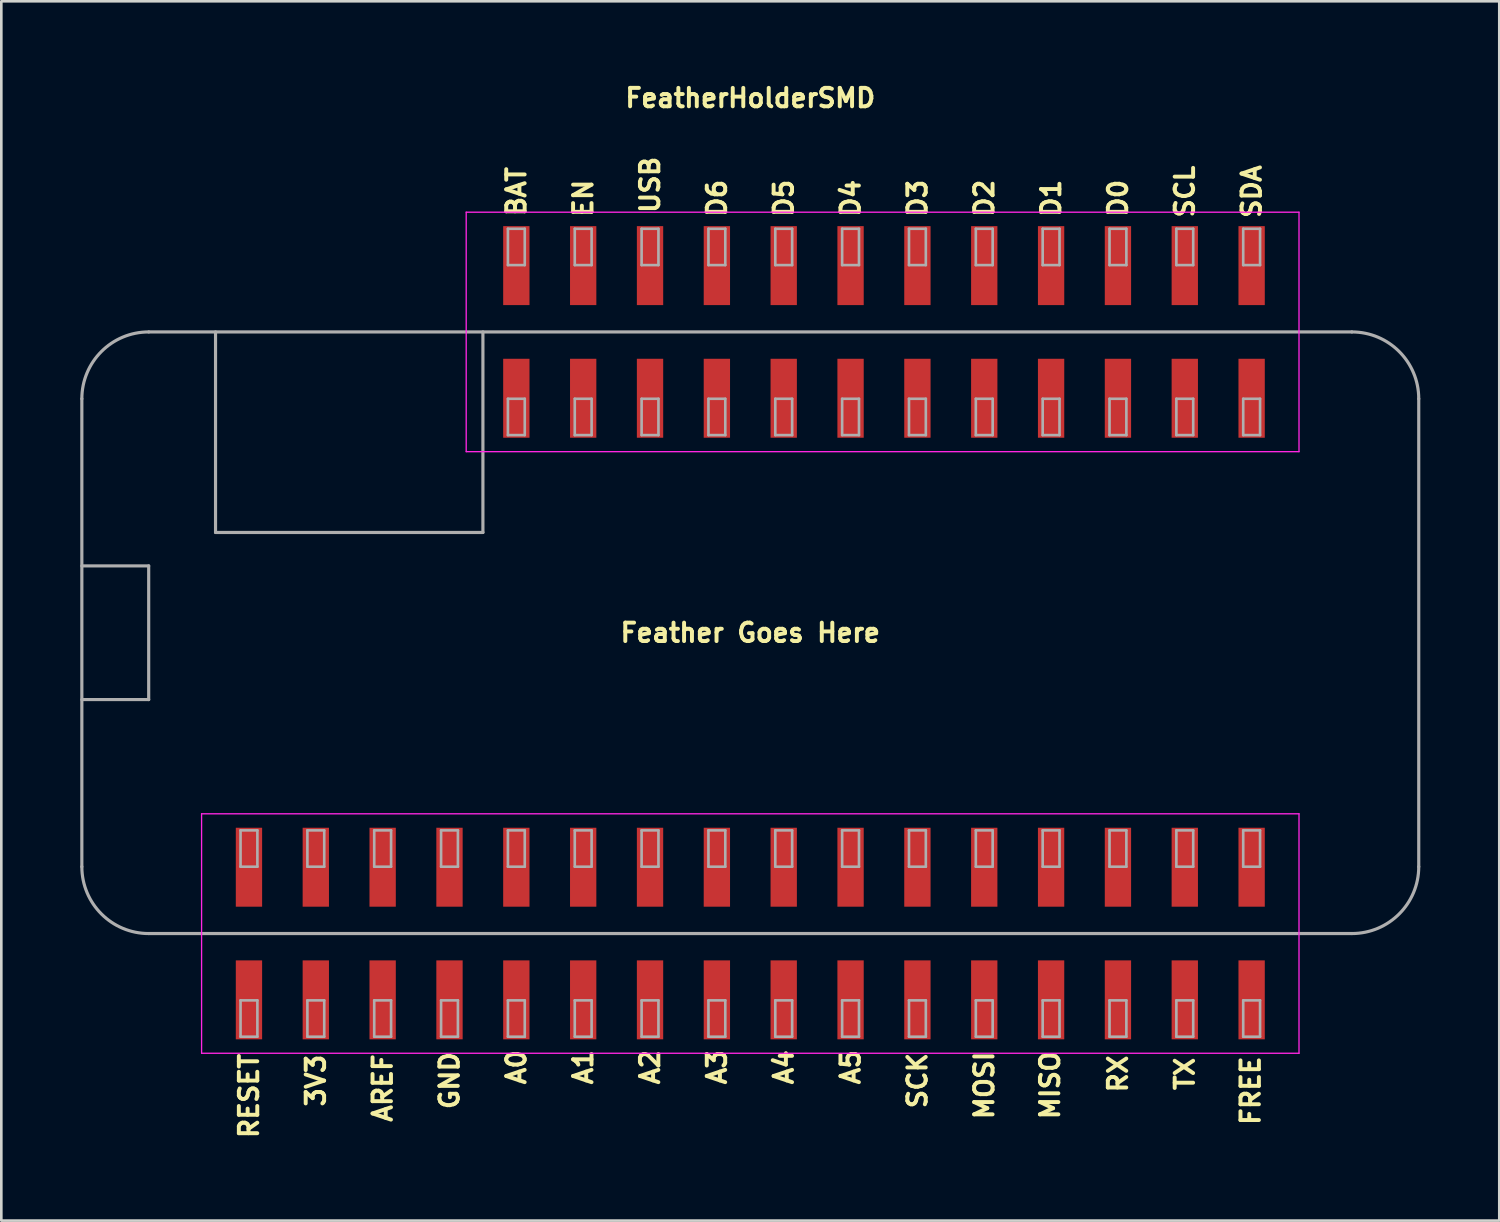
<source format=kicad_pcb>
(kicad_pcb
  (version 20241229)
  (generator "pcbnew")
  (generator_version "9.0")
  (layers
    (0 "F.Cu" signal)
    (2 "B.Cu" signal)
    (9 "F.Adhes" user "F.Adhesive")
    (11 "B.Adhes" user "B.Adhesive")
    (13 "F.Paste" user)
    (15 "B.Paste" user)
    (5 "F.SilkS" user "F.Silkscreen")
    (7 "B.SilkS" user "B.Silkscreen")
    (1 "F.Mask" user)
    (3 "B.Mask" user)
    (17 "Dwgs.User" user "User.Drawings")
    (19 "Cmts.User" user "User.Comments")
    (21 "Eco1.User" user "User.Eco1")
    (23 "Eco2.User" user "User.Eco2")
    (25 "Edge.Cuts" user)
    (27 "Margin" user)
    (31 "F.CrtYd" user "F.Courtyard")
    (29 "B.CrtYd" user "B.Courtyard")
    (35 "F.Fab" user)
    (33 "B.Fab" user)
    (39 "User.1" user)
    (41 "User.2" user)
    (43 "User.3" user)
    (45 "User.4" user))
  (footprint "FeatherHolderSMD"
    (layer "F.Cu")
    (at 25.46 20.993)
    (property "Reference" "FeatherHolderSMD" (at 0 -20.32 0) (layer "F.SilkS") (effects (font (size 0.7 0.7) (thickness 0.15))))
    (attr smd)
    (fp_line (start -20.85 6.88) (end -20.85 15.98) (stroke (width 0.05) (type solid)) (layer "F.CrtYd"))
    (fp_line (start -20.85 15.98) (end 20.85 15.98) (stroke (width 0.05) (type solid)) (layer "F.CrtYd"))
    (fp_line (start -10.795 -15.98) (end -10.795 -6.88) (stroke (width 0.05) (type solid)) (layer "F.CrtYd"))
    (fp_line (start -10.795 -6.88) (end 20.85 -6.88) (stroke (width 0.05) (type solid)) (layer "F.CrtYd"))
    (fp_line (start 20.85 -15.98) (end -10.795 -15.98) (stroke (width 0.05) (type solid)) (layer "F.CrtYd"))
    (fp_line (start 20.85 -6.88) (end 20.85 -15.98) (stroke (width 0.05) (type solid)) (layer "F.CrtYd"))
    (fp_line (start 20.85 6.88) (end -20.85 6.88) (stroke (width 0.05) (type solid)) (layer "F.CrtYd"))
    (fp_line (start 20.85 15.98) (end 20.85 6.88) (stroke (width 0.05) (type solid)) (layer "F.CrtYd"))
    (fp_line (start -25.4 -2.54) (end -22.86 -2.54) (stroke (width 0.12) (type solid)) (layer "F.Fab"))
    (fp_line (start -25.4 8.89) (end -25.4 -8.89) (stroke (width 0.12) (type solid)) (layer "F.Fab"))
    (fp_line (start -22.86 -11.43) (end 22.86 -11.43) (stroke (width 0.12) (type solid)) (layer "F.Fab"))
    (fp_line (start -22.86 -2.54) (end -22.86 2.54) (stroke (width 0.12) (type solid)) (layer "F.Fab"))
    (fp_line (start -22.86 2.54) (end -25.4 2.54) (stroke (width 0.12) (type solid)) (layer "F.Fab"))
    (fp_line (start -20.32 -11.43) (end -20.32 -3.81) (stroke (width 0.12) (type solid)) (layer "F.Fab"))
    (fp_line (start -20.32 -3.81) (end -10.16 -3.81) (stroke (width 0.12) (type solid)) (layer "F.Fab"))
    (fp_line (start -19.37 7.51) (end -18.73 7.51) (stroke (width 0.1) (type solid)) (layer "F.Fab"))
    (fp_line (start -19.37 8.89) (end -19.37 7.51) (stroke (width 0.1) (type solid)) (layer "F.Fab"))
    (fp_line (start -19.37 13.97) (end -19.37 15.35) (stroke (width 0.1) (type solid)) (layer "F.Fab"))
    (fp_line (start -19.37 15.35) (end -18.73 15.35) (stroke (width 0.1) (type solid)) (layer "F.Fab"))
    (fp_line (start -18.73 7.51) (end -18.73 8.89) (stroke (width 0.1) (type solid)) (layer "F.Fab"))
    (fp_line (start -18.73 8.89) (end -19.37 8.89) (stroke (width 0.1) (type solid)) (layer "F.Fab"))
    (fp_line (start -18.73 13.97) (end -19.37 13.97) (stroke (width 0.1) (type solid)) (layer "F.Fab"))
    (fp_line (start -18.73 15.35) (end -18.73 13.97) (stroke (width 0.1) (type solid)) (layer "F.Fab"))
    (fp_line (start -16.83 7.51) (end -16.19 7.51) (stroke (width 0.1) (type solid)) (layer "F.Fab"))
    (fp_line (start -16.83 8.89) (end -16.83 7.51) (stroke (width 0.1) (type solid)) (layer "F.Fab"))
    (fp_line (start -16.83 13.97) (end -16.83 15.35) (stroke (width 0.1) (type solid)) (layer "F.Fab"))
    (fp_line (start -16.83 15.35) (end -16.19 15.35) (stroke (width 0.1) (type solid)) (layer "F.Fab"))
    (fp_line (start -16.19 7.51) (end -16.19 8.89) (stroke (width 0.1) (type solid)) (layer "F.Fab"))
    (fp_line (start -16.19 8.89) (end -16.83 8.89) (stroke (width 0.1) (type solid)) (layer "F.Fab"))
    (fp_line (start -16.19 13.97) (end -16.83 13.97) (stroke (width 0.1) (type solid)) (layer "F.Fab"))
    (fp_line (start -16.19 15.35) (end -16.19 13.97) (stroke (width 0.1) (type solid)) (layer "F.Fab"))
    (fp_line (start -14.29 7.51) (end -13.65 7.51) (stroke (width 0.1) (type solid)) (layer "F.Fab"))
    (fp_line (start -14.29 8.89) (end -14.29 7.51) (stroke (width 0.1) (type solid)) (layer "F.Fab"))
    (fp_line (start -14.29 13.97) (end -14.29 15.35) (stroke (width 0.1) (type solid)) (layer "F.Fab"))
    (fp_line (start -14.29 15.35) (end -13.65 15.35) (stroke (width 0.1) (type solid)) (layer "F.Fab"))
    (fp_line (start -13.65 7.51) (end -13.65 8.89) (stroke (width 0.1) (type solid)) (layer "F.Fab"))
    (fp_line (start -13.65 8.89) (end -14.29 8.89) (stroke (width 0.1) (type solid)) (layer "F.Fab"))
    (fp_line (start -13.65 13.97) (end -14.29 13.97) (stroke (width 0.1) (type solid)) (layer "F.Fab"))
    (fp_line (start -13.65 15.35) (end -13.65 13.97) (stroke (width 0.1) (type solid)) (layer "F.Fab"))
    (fp_line (start -11.75 7.51) (end -11.11 7.51) (stroke (width 0.1) (type solid)) (layer "F.Fab"))
    (fp_line (start -11.75 8.89) (end -11.75 7.51) (stroke (width 0.1) (type solid)) (layer "F.Fab"))
    (fp_line (start -11.75 13.97) (end -11.75 15.35) (stroke (width 0.1) (type solid)) (layer "F.Fab"))
    (fp_line (start -11.75 15.35) (end -11.11 15.35) (stroke (width 0.1) (type solid)) (layer "F.Fab"))
    (fp_line (start -11.11 7.51) (end -11.11 8.89) (stroke (width 0.1) (type solid)) (layer "F.Fab"))
    (fp_line (start -11.11 8.89) (end -11.75 8.89) (stroke (width 0.1) (type solid)) (layer "F.Fab"))
    (fp_line (start -11.11 13.97) (end -11.75 13.97) (stroke (width 0.1) (type solid)) (layer "F.Fab"))
    (fp_line (start -11.11 15.35) (end -11.11 13.97) (stroke (width 0.1) (type solid)) (layer "F.Fab"))
    (fp_line (start -10.16 -3.81) (end -10.16 -11.43) (stroke (width 0.12) (type solid)) (layer "F.Fab"))
    (fp_line (start -9.21 -15.35) (end -8.57 -15.35) (stroke (width 0.1) (type solid)) (layer "F.Fab"))
    (fp_line (start -9.21 -13.97) (end -9.21 -15.35) (stroke (width 0.1) (type solid)) (layer "F.Fab"))
    (fp_line (start -9.21 -8.89) (end -9.21 -7.51) (stroke (width 0.1) (type solid)) (layer "F.Fab"))
    (fp_line (start -9.21 -7.51) (end -8.57 -7.51) (stroke (width 0.1) (type solid)) (layer "F.Fab"))
    (fp_line (start -9.21 7.51) (end -8.57 7.51) (stroke (width 0.1) (type solid)) (layer "F.Fab"))
    (fp_line (start -9.21 8.89) (end -9.21 7.51) (stroke (width 0.1) (type solid)) (layer "F.Fab"))
    (fp_line (start -9.21 13.97) (end -9.21 15.35) (stroke (width 0.1) (type solid)) (layer "F.Fab"))
    (fp_line (start -9.21 15.35) (end -8.57 15.35) (stroke (width 0.1) (type solid)) (layer "F.Fab"))
    (fp_line (start -8.57 -15.35) (end -8.57 -13.97) (stroke (width 0.1) (type solid)) (layer "F.Fab"))
    (fp_line (start -8.57 -13.97) (end -9.21 -13.97) (stroke (width 0.1) (type solid)) (layer "F.Fab"))
    (fp_line (start -8.57 -8.89) (end -9.21 -8.89) (stroke (width 0.1) (type solid)) (layer "F.Fab"))
    (fp_line (start -8.57 -7.51) (end -8.57 -8.89) (stroke (width 0.1) (type solid)) (layer "F.Fab"))
    (fp_line (start -8.57 7.51) (end -8.57 8.89) (stroke (width 0.1) (type solid)) (layer "F.Fab"))
    (fp_line (start -8.57 8.89) (end -9.21 8.89) (stroke (width 0.1) (type solid)) (layer "F.Fab"))
    (fp_line (start -8.57 13.97) (end -9.21 13.97) (stroke (width 0.1) (type solid)) (layer "F.Fab"))
    (fp_line (start -8.57 15.35) (end -8.57 13.97) (stroke (width 0.1) (type solid)) (layer "F.Fab"))
    (fp_line (start -6.67 -15.35) (end -6.03 -15.35) (stroke (width 0.1) (type solid)) (layer "F.Fab"))
    (fp_line (start -6.67 -13.97) (end -6.67 -15.35) (stroke (width 0.1) (type solid)) (layer "F.Fab"))
    (fp_line (start -6.67 -8.89) (end -6.67 -7.51) (stroke (width 0.1) (type solid)) (layer "F.Fab"))
    (fp_line (start -6.67 -7.51) (end -6.03 -7.51) (stroke (width 0.1) (type solid)) (layer "F.Fab"))
    (fp_line (start -6.67 7.51) (end -6.03 7.51) (stroke (width 0.1) (type solid)) (layer "F.Fab"))
    (fp_line (start -6.67 8.89) (end -6.67 7.51) (stroke (width 0.1) (type solid)) (layer "F.Fab"))
    (fp_line (start -6.67 13.97) (end -6.67 15.35) (stroke (width 0.1) (type solid)) (layer "F.Fab"))
    (fp_line (start -6.67 15.35) (end -6.03 15.35) (stroke (width 0.1) (type solid)) (layer "F.Fab"))
    (fp_line (start -6.03 -15.35) (end -6.03 -13.97) (stroke (width 0.1) (type solid)) (layer "F.Fab"))
    (fp_line (start -6.03 -13.97) (end -6.67 -13.97) (stroke (width 0.1) (type solid)) (layer "F.Fab"))
    (fp_line (start -6.03 -8.89) (end -6.67 -8.89) (stroke (width 0.1) (type solid)) (layer "F.Fab"))
    (fp_line (start -6.03 -7.51) (end -6.03 -8.89) (stroke (width 0.1) (type solid)) (layer "F.Fab"))
    (fp_line (start -6.03 7.51) (end -6.03 8.89) (stroke (width 0.1) (type solid)) (layer "F.Fab"))
    (fp_line (start -6.03 8.89) (end -6.67 8.89) (stroke (width 0.1) (type solid)) (layer "F.Fab"))
    (fp_line (start -6.03 13.97) (end -6.67 13.97) (stroke (width 0.1) (type solid)) (layer "F.Fab"))
    (fp_line (start -6.03 15.35) (end -6.03 13.97) (stroke (width 0.1) (type solid)) (layer "F.Fab"))
    (fp_line (start -4.13 -15.35) (end -3.49 -15.35) (stroke (width 0.1) (type solid)) (layer "F.Fab"))
    (fp_line (start -4.13 -13.97) (end -4.13 -15.35) (stroke (width 0.1) (type solid)) (layer "F.Fab"))
    (fp_line (start -4.13 -8.89) (end -4.13 -7.51) (stroke (width 0.1) (type solid)) (layer "F.Fab"))
    (fp_line (start -4.13 -7.51) (end -3.49 -7.51) (stroke (width 0.1) (type solid)) (layer "F.Fab"))
    (fp_line (start -4.13 7.51) (end -3.49 7.51) (stroke (width 0.1) (type solid)) (layer "F.Fab"))
    (fp_line (start -4.13 8.89) (end -4.13 7.51) (stroke (width 0.1) (type solid)) (layer "F.Fab"))
    (fp_line (start -4.13 13.97) (end -4.13 15.35) (stroke (width 0.1) (type solid)) (layer "F.Fab"))
    (fp_line (start -4.13 15.35) (end -3.49 15.35) (stroke (width 0.1) (type solid)) (layer "F.Fab"))
    (fp_line (start -3.49 -15.35) (end -3.49 -13.97) (stroke (width 0.1) (type solid)) (layer "F.Fab"))
    (fp_line (start -3.49 -13.97) (end -4.13 -13.97) (stroke (width 0.1) (type solid)) (layer "F.Fab"))
    (fp_line (start -3.49 -8.89) (end -4.13 -8.89) (stroke (width 0.1) (type solid)) (layer "F.Fab"))
    (fp_line (start -3.49 -7.51) (end -3.49 -8.89) (stroke (width 0.1) (type solid)) (layer "F.Fab"))
    (fp_line (start -3.49 7.51) (end -3.49 8.89) (stroke (width 0.1) (type solid)) (layer "F.Fab"))
    (fp_line (start -3.49 8.89) (end -4.13 8.89) (stroke (width 0.1) (type solid)) (layer "F.Fab"))
    (fp_line (start -3.49 13.97) (end -4.13 13.97) (stroke (width 0.1) (type solid)) (layer "F.Fab"))
    (fp_line (start -3.49 15.35) (end -3.49 13.97) (stroke (width 0.1) (type solid)) (layer "F.Fab"))
    (fp_line (start -1.59 -15.35) (end -0.95 -15.35) (stroke (width 0.1) (type solid)) (layer "F.Fab"))
    (fp_line (start -1.59 -13.97) (end -1.59 -15.35) (stroke (width 0.1) (type solid)) (layer "F.Fab"))
    (fp_line (start -1.59 -8.89) (end -1.59 -7.51) (stroke (width 0.1) (type solid)) (layer "F.Fab"))
    (fp_line (start -1.59 -7.51) (end -0.95 -7.51) (stroke (width 0.1) (type solid)) (layer "F.Fab"))
    (fp_line (start -1.59 7.51) (end -0.95 7.51) (stroke (width 0.1) (type solid)) (layer "F.Fab"))
    (fp_line (start -1.59 8.89) (end -1.59 7.51) (stroke (width 0.1) (type solid)) (layer "F.Fab"))
    (fp_line (start -1.59 13.97) (end -1.59 15.35) (stroke (width 0.1) (type solid)) (layer "F.Fab"))
    (fp_line (start -1.59 15.35) (end -0.95 15.35) (stroke (width 0.1) (type solid)) (layer "F.Fab"))
    (fp_line (start -0.95 -15.35) (end -0.95 -13.97) (stroke (width 0.1) (type solid)) (layer "F.Fab"))
    (fp_line (start -0.95 -13.97) (end -1.59 -13.97) (stroke (width 0.1) (type solid)) (layer "F.Fab"))
    (fp_line (start -0.95 -8.89) (end -1.59 -8.89) (stroke (width 0.1) (type solid)) (layer "F.Fab"))
    (fp_line (start -0.95 -7.51) (end -0.95 -8.89) (stroke (width 0.1) (type solid)) (layer "F.Fab"))
    (fp_line (start -0.95 7.51) (end -0.95 8.89) (stroke (width 0.1) (type solid)) (layer "F.Fab"))
    (fp_line (start -0.95 8.89) (end -1.59 8.89) (stroke (width 0.1) (type solid)) (layer "F.Fab"))
    (fp_line (start -0.95 13.97) (end -1.59 13.97) (stroke (width 0.1) (type solid)) (layer "F.Fab"))
    (fp_line (start -0.95 15.35) (end -0.95 13.97) (stroke (width 0.1) (type solid)) (layer "F.Fab"))
    (fp_line (start 0.95 -15.35) (end 1.59 -15.35) (stroke (width 0.1) (type solid)) (layer "F.Fab"))
    (fp_line (start 0.95 -13.97) (end 0.95 -15.35) (stroke (width 0.1) (type solid)) (layer "F.Fab"))
    (fp_line (start 0.95 -8.89) (end 0.95 -7.51) (stroke (width 0.1) (type solid)) (layer "F.Fab"))
    (fp_line (start 0.95 -7.51) (end 1.59 -7.51) (stroke (width 0.1) (type solid)) (layer "F.Fab"))
    (fp_line (start 0.95 7.51) (end 1.59 7.51) (stroke (width 0.1) (type solid)) (layer "F.Fab"))
    (fp_line (start 0.95 8.89) (end 0.95 7.51) (stroke (width 0.1) (type solid)) (layer "F.Fab"))
    (fp_line (start 0.95 13.97) (end 0.95 15.35) (stroke (width 0.1) (type solid)) (layer "F.Fab"))
    (fp_line (start 0.95 15.35) (end 1.59 15.35) (stroke (width 0.1) (type solid)) (layer "F.Fab"))
    (fp_line (start 1.59 -15.35) (end 1.59 -13.97) (stroke (width 0.1) (type solid)) (layer "F.Fab"))
    (fp_line (start 1.59 -13.97) (end 0.95 -13.97) (stroke (width 0.1) (type solid)) (layer "F.Fab"))
    (fp_line (start 1.59 -8.89) (end 0.95 -8.89) (stroke (width 0.1) (type solid)) (layer "F.Fab"))
    (fp_line (start 1.59 -7.51) (end 1.59 -8.89) (stroke (width 0.1) (type solid)) (layer "F.Fab"))
    (fp_line (start 1.59 7.51) (end 1.59 8.89) (stroke (width 0.1) (type solid)) (layer "F.Fab"))
    (fp_line (start 1.59 8.89) (end 0.95 8.89) (stroke (width 0.1) (type solid)) (layer "F.Fab"))
    (fp_line (start 1.59 13.97) (end 0.95 13.97) (stroke (width 0.1) (type solid)) (layer "F.Fab"))
    (fp_line (start 1.59 15.35) (end 1.59 13.97) (stroke (width 0.1) (type solid)) (layer "F.Fab"))
    (fp_line (start 3.49 -15.35) (end 4.13 -15.35) (stroke (width 0.1) (type solid)) (layer "F.Fab"))
    (fp_line (start 3.49 -13.97) (end 3.49 -15.35) (stroke (width 0.1) (type solid)) (layer "F.Fab"))
    (fp_line (start 3.49 -8.89) (end 3.49 -7.51) (stroke (width 0.1) (type solid)) (layer "F.Fab"))
    (fp_line (start 3.49 -7.51) (end 4.13 -7.51) (stroke (width 0.1) (type solid)) (layer "F.Fab"))
    (fp_line (start 3.49 7.51) (end 4.13 7.51) (stroke (width 0.1) (type solid)) (layer "F.Fab"))
    (fp_line (start 3.49 8.89) (end 3.49 7.51) (stroke (width 0.1) (type solid)) (layer "F.Fab"))
    (fp_line (start 3.49 13.97) (end 3.49 15.35) (stroke (width 0.1) (type solid)) (layer "F.Fab"))
    (fp_line (start 3.49 15.35) (end 4.13 15.35) (stroke (width 0.1) (type solid)) (layer "F.Fab"))
    (fp_line (start 4.13 -15.35) (end 4.13 -13.97) (stroke (width 0.1) (type solid)) (layer "F.Fab"))
    (fp_line (start 4.13 -13.97) (end 3.49 -13.97) (stroke (width 0.1) (type solid)) (layer "F.Fab"))
    (fp_line (start 4.13 -8.89) (end 3.49 -8.89) (stroke (width 0.1) (type solid)) (layer "F.Fab"))
    (fp_line (start 4.13 -7.51) (end 4.13 -8.89) (stroke (width 0.1) (type solid)) (layer "F.Fab"))
    (fp_line (start 4.13 7.51) (end 4.13 8.89) (stroke (width 0.1) (type solid)) (layer "F.Fab"))
    (fp_line (start 4.13 8.89) (end 3.49 8.89) (stroke (width 0.1) (type solid)) (layer "F.Fab"))
    (fp_line (start 4.13 13.97) (end 3.49 13.97) (stroke (width 0.1) (type solid)) (layer "F.Fab"))
    (fp_line (start 4.13 15.35) (end 4.13 13.97) (stroke (width 0.1) (type solid)) (layer "F.Fab"))
    (fp_line (start 6.03 -15.35) (end 6.67 -15.35) (stroke (width 0.1) (type solid)) (layer "F.Fab"))
    (fp_line (start 6.03 -13.97) (end 6.03 -15.35) (stroke (width 0.1) (type solid)) (layer "F.Fab"))
    (fp_line (start 6.03 -8.89) (end 6.03 -7.51) (stroke (width 0.1) (type solid)) (layer "F.Fab"))
    (fp_line (start 6.03 -7.51) (end 6.67 -7.51) (stroke (width 0.1) (type solid)) (layer "F.Fab"))
    (fp_line (start 6.03 7.51) (end 6.67 7.51) (stroke (width 0.1) (type solid)) (layer "F.Fab"))
    (fp_line (start 6.03 8.89) (end 6.03 7.51) (stroke (width 0.1) (type solid)) (layer "F.Fab"))
    (fp_line (start 6.03 13.97) (end 6.03 15.35) (stroke (width 0.1) (type solid)) (layer "F.Fab"))
    (fp_line (start 6.03 15.35) (end 6.67 15.35) (stroke (width 0.1) (type solid)) (layer "F.Fab"))
    (fp_line (start 6.67 -15.35) (end 6.67 -13.97) (stroke (width 0.1) (type solid)) (layer "F.Fab"))
    (fp_line (start 6.67 -13.97) (end 6.03 -13.97) (stroke (width 0.1) (type solid)) (layer "F.Fab"))
    (fp_line (start 6.67 -8.89) (end 6.03 -8.89) (stroke (width 0.1) (type solid)) (layer "F.Fab"))
    (fp_line (start 6.67 -7.51) (end 6.67 -8.89) (stroke (width 0.1) (type solid)) (layer "F.Fab"))
    (fp_line (start 6.67 7.51) (end 6.67 8.89) (stroke (width 0.1) (type solid)) (layer "F.Fab"))
    (fp_line (start 6.67 8.89) (end 6.03 8.89) (stroke (width 0.1) (type solid)) (layer "F.Fab"))
    (fp_line (start 6.67 13.97) (end 6.03 13.97) (stroke (width 0.1) (type solid)) (layer "F.Fab"))
    (fp_line (start 6.67 15.35) (end 6.67 13.97) (stroke (width 0.1) (type solid)) (layer "F.Fab"))
    (fp_line (start 8.57 -15.35) (end 9.21 -15.35) (stroke (width 0.1) (type solid)) (layer "F.Fab"))
    (fp_line (start 8.57 -13.97) (end 8.57 -15.35) (stroke (width 0.1) (type solid)) (layer "F.Fab"))
    (fp_line (start 8.57 -8.89) (end 8.57 -7.51) (stroke (width 0.1) (type solid)) (layer "F.Fab"))
    (fp_line (start 8.57 -7.51) (end 9.21 -7.51) (stroke (width 0.1) (type solid)) (layer "F.Fab"))
    (fp_line (start 8.57 7.51) (end 9.21 7.51) (stroke (width 0.1) (type solid)) (layer "F.Fab"))
    (fp_line (start 8.57 8.89) (end 8.57 7.51) (stroke (width 0.1) (type solid)) (layer "F.Fab"))
    (fp_line (start 8.57 13.97) (end 8.57 15.35) (stroke (width 0.1) (type solid)) (layer "F.Fab"))
    (fp_line (start 8.57 15.35) (end 9.21 15.35) (stroke (width 0.1) (type solid)) (layer "F.Fab"))
    (fp_line (start 9.21 -15.35) (end 9.21 -13.97) (stroke (width 0.1) (type solid)) (layer "F.Fab"))
    (fp_line (start 9.21 -13.97) (end 8.57 -13.97) (stroke (width 0.1) (type solid)) (layer "F.Fab"))
    (fp_line (start 9.21 -8.89) (end 8.57 -8.89) (stroke (width 0.1) (type solid)) (layer "F.Fab"))
    (fp_line (start 9.21 -7.51) (end 9.21 -8.89) (stroke (width 0.1) (type solid)) (layer "F.Fab"))
    (fp_line (start 9.21 7.51) (end 9.21 8.89) (stroke (width 0.1) (type solid)) (layer "F.Fab"))
    (fp_line (start 9.21 8.89) (end 8.57 8.89) (stroke (width 0.1) (type solid)) (layer "F.Fab"))
    (fp_line (start 9.21 13.97) (end 8.57 13.97) (stroke (width 0.1) (type solid)) (layer "F.Fab"))
    (fp_line (start 9.21 15.35) (end 9.21 13.97) (stroke (width 0.1) (type solid)) (layer "F.Fab"))
    (fp_line (start 11.11 -15.35) (end 11.75 -15.35) (stroke (width 0.1) (type solid)) (layer "F.Fab"))
    (fp_line (start 11.11 -13.97) (end 11.11 -15.35) (stroke (width 0.1) (type solid)) (layer "F.Fab"))
    (fp_line (start 11.11 -8.89) (end 11.11 -7.51) (stroke (width 0.1) (type solid)) (layer "F.Fab"))
    (fp_line (start 11.11 -7.51) (end 11.75 -7.51) (stroke (width 0.1) (type solid)) (layer "F.Fab"))
    (fp_line (start 11.11 7.51) (end 11.75 7.51) (stroke (width 0.1) (type solid)) (layer "F.Fab"))
    (fp_line (start 11.11 8.89) (end 11.11 7.51) (stroke (width 0.1) (type solid)) (layer "F.Fab"))
    (fp_line (start 11.11 13.97) (end 11.11 15.35) (stroke (width 0.1) (type solid)) (layer "F.Fab"))
    (fp_line (start 11.11 15.35) (end 11.75 15.35) (stroke (width 0.1) (type solid)) (layer "F.Fab"))
    (fp_line (start 11.75 -15.35) (end 11.75 -13.97) (stroke (width 0.1) (type solid)) (layer "F.Fab"))
    (fp_line (start 11.75 -13.97) (end 11.11 -13.97) (stroke (width 0.1) (type solid)) (layer "F.Fab"))
    (fp_line (start 11.75 -8.89) (end 11.11 -8.89) (stroke (width 0.1) (type solid)) (layer "F.Fab"))
    (fp_line (start 11.75 -7.51) (end 11.75 -8.89) (stroke (width 0.1) (type solid)) (layer "F.Fab"))
    (fp_line (start 11.75 7.51) (end 11.75 8.89) (stroke (width 0.1) (type solid)) (layer "F.Fab"))
    (fp_line (start 11.75 8.89) (end 11.11 8.89) (stroke (width 0.1) (type solid)) (layer "F.Fab"))
    (fp_line (start 11.75 13.97) (end 11.11 13.97) (stroke (width 0.1) (type solid)) (layer "F.Fab"))
    (fp_line (start 11.75 15.35) (end 11.75 13.97) (stroke (width 0.1) (type solid)) (layer "F.Fab"))
    (fp_line (start 13.65 -15.35) (end 14.29 -15.35) (stroke (width 0.1) (type solid)) (layer "F.Fab"))
    (fp_line (start 13.65 -13.97) (end 13.65 -15.35) (stroke (width 0.1) (type solid)) (layer "F.Fab"))
    (fp_line (start 13.65 -8.89) (end 13.65 -7.51) (stroke (width 0.1) (type solid)) (layer "F.Fab"))
    (fp_line (start 13.65 -7.51) (end 14.29 -7.51) (stroke (width 0.1) (type solid)) (layer "F.Fab"))
    (fp_line (start 13.65 7.51) (end 14.29 7.51) (stroke (width 0.1) (type solid)) (layer "F.Fab"))
    (fp_line (start 13.65 8.89) (end 13.65 7.51) (stroke (width 0.1) (type solid)) (layer "F.Fab"))
    (fp_line (start 13.65 13.97) (end 13.65 15.35) (stroke (width 0.1) (type solid)) (layer "F.Fab"))
    (fp_line (start 13.65 15.35) (end 14.29 15.35) (stroke (width 0.1) (type solid)) (layer "F.Fab"))
    (fp_line (start 14.29 -15.35) (end 14.29 -13.97) (stroke (width 0.1) (type solid)) (layer "F.Fab"))
    (fp_line (start 14.29 -13.97) (end 13.65 -13.97) (stroke (width 0.1) (type solid)) (layer "F.Fab"))
    (fp_line (start 14.29 -8.89) (end 13.65 -8.89) (stroke (width 0.1) (type solid)) (layer "F.Fab"))
    (fp_line (start 14.29 -7.51) (end 14.29 -8.89) (stroke (width 0.1) (type solid)) (layer "F.Fab"))
    (fp_line (start 14.29 7.51) (end 14.29 8.89) (stroke (width 0.1) (type solid)) (layer "F.Fab"))
    (fp_line (start 14.29 8.89) (end 13.65 8.89) (stroke (width 0.1) (type solid)) (layer "F.Fab"))
    (fp_line (start 14.29 13.97) (end 13.65 13.97) (stroke (width 0.1) (type solid)) (layer "F.Fab"))
    (fp_line (start 14.29 15.35) (end 14.29 13.97) (stroke (width 0.1) (type solid)) (layer "F.Fab"))
    (fp_line (start 16.19 -15.35) (end 16.83 -15.35) (stroke (width 0.1) (type solid)) (layer "F.Fab"))
    (fp_line (start 16.19 -13.97) (end 16.19 -15.35) (stroke (width 0.1) (type solid)) (layer "F.Fab"))
    (fp_line (start 16.19 -8.89) (end 16.19 -7.51) (stroke (width 0.1) (type solid)) (layer "F.Fab"))
    (fp_line (start 16.19 -7.51) (end 16.83 -7.51) (stroke (width 0.1) (type solid)) (layer "F.Fab"))
    (fp_line (start 16.19 7.51) (end 16.83 7.51) (stroke (width 0.1) (type solid)) (layer "F.Fab"))
    (fp_line (start 16.19 8.89) (end 16.19 7.51) (stroke (width 0.1) (type solid)) (layer "F.Fab"))
    (fp_line (start 16.19 13.97) (end 16.19 15.35) (stroke (width 0.1) (type solid)) (layer "F.Fab"))
    (fp_line (start 16.19 15.35) (end 16.83 15.35) (stroke (width 0.1) (type solid)) (layer "F.Fab"))
    (fp_line (start 16.83 -15.35) (end 16.83 -13.97) (stroke (width 0.1) (type solid)) (layer "F.Fab"))
    (fp_line (start 16.83 -13.97) (end 16.19 -13.97) (stroke (width 0.1) (type solid)) (layer "F.Fab"))
    (fp_line (start 16.83 -8.89) (end 16.19 -8.89) (stroke (width 0.1) (type solid)) (layer "F.Fab"))
    (fp_line (start 16.83 -7.51) (end 16.83 -8.89) (stroke (width 0.1) (type solid)) (layer "F.Fab"))
    (fp_line (start 16.83 7.51) (end 16.83 8.89) (stroke (width 0.1) (type solid)) (layer "F.Fab"))
    (fp_line (start 16.83 8.89) (end 16.19 8.89) (stroke (width 0.1) (type solid)) (layer "F.Fab"))
    (fp_line (start 16.83 13.97) (end 16.19 13.97) (stroke (width 0.1) (type solid)) (layer "F.Fab"))
    (fp_line (start 16.83 15.35) (end 16.83 13.97) (stroke (width 0.1) (type solid)) (layer "F.Fab"))
    (fp_line (start 18.73 -15.35) (end 19.37 -15.35) (stroke (width 0.1) (type solid)) (layer "F.Fab"))
    (fp_line (start 18.73 -13.97) (end 18.73 -15.35) (stroke (width 0.1) (type solid)) (layer "F.Fab"))
    (fp_line (start 18.73 -8.89) (end 18.73 -7.51) (stroke (width 0.1) (type solid)) (layer "F.Fab"))
    (fp_line (start 18.73 -7.51) (end 19.37 -7.51) (stroke (width 0.1) (type solid)) (layer "F.Fab"))
    (fp_line (start 18.73 7.51) (end 19.37 7.51) (stroke (width 0.1) (type solid)) (layer "F.Fab"))
    (fp_line (start 18.73 8.89) (end 18.73 7.51) (stroke (width 0.1) (type solid)) (layer "F.Fab"))
    (fp_line (start 18.73 13.97) (end 18.73 15.35) (stroke (width 0.1) (type solid)) (layer "F.Fab"))
    (fp_line (start 18.73 15.35) (end 19.37 15.35) (stroke (width 0.1) (type solid)) (layer "F.Fab"))
    (fp_line (start 19.37 -15.35) (end 19.37 -13.97) (stroke (width 0.1) (type solid)) (layer "F.Fab"))
    (fp_line (start 19.37 -13.97) (end 18.73 -13.97) (stroke (width 0.1) (type solid)) (layer "F.Fab"))
    (fp_line (start 19.37 -8.89) (end 18.73 -8.89) (stroke (width 0.1) (type solid)) (layer "F.Fab"))
    (fp_line (start 19.37 -7.51) (end 19.37 -8.89) (stroke (width 0.1) (type solid)) (layer "F.Fab"))
    (fp_line (start 19.37 7.51) (end 19.37 8.89) (stroke (width 0.1) (type solid)) (layer "F.Fab"))
    (fp_line (start 19.37 8.89) (end 18.73 8.89) (stroke (width 0.1) (type solid)) (layer "F.Fab"))
    (fp_line (start 19.37 13.97) (end 18.73 13.97) (stroke (width 0.1) (type solid)) (layer "F.Fab"))
    (fp_line (start 19.37 15.35) (end 19.37 13.97) (stroke (width 0.1) (type solid)) (layer "F.Fab"))
    (fp_line (start 22.86 11.43) (end -22.86 11.43) (stroke (width 0.12) (type solid)) (layer "F.Fab"))
    (fp_line (start 25.4 -8.89) (end 25.4 8.89) (stroke (width 0.12) (type solid)) (layer "F.Fab"))
    (fp_arc (start -25.4 -8.89) (mid -24.656051 -10.686051) (end -22.86 -11.43) (stroke (width 0.12) (type solid)) (layer "F.Fab"))
    (fp_arc (start -22.86 11.43) (mid -24.656051 10.686051) (end -25.4 8.89) (stroke (width 0.12) (type solid)) (layer "F.Fab"))
    (fp_arc (start 22.86 -11.43) (mid 24.656051 -10.686051) (end 25.4 -8.89) (stroke (width 0.12) (type solid)) (layer "F.Fab"))
    (fp_arc (start 25.4 8.89) (mid 24.656051 10.686051) (end 22.86 11.43) (stroke (width 0.12) (type solid)) (layer "F.Fab"))
    (fp_text user "A0" (at -8.89 16.51 90) (layer "F.SilkS") (effects (font (size 0.7 0.7) (thickness 0.15))))
    (fp_text user "A5" (at 3.81 16.51 90) (layer "F.SilkS") (effects (font (size 0.7 0.7) (thickness 0.15))))
    (fp_text user "MOSI" (at 8.89 17.2 90) (layer "F.SilkS") (effects (font (size 0.7 0.7) (thickness 0.15))))
    (fp_text user "EN" (at -6.35 -16.51 90) (layer "F.SilkS") (effects (font (size 0.7 0.7) (thickness 0.15))))
    (fp_text user "SDA" (at 19.05 -16.764 90) (layer "F.SilkS") (effects (font (size 0.7 0.7) (thickness 0.15))))
    (fp_text user "BAT" (at -8.89 -16.764 90) (layer "F.SilkS") (effects (font (size 0.7 0.7) (thickness 0.15))))
    (fp_text user "D2" (at 8.89 -16.51 90) (layer "F.SilkS") (effects (font (size 0.7 0.7) (thickness 0.15))))
    (fp_text user "SCL" (at 16.51 -16.764 90) (layer "F.SilkS") (effects (font (size 0.7 0.7) (thickness 0.15))))
    (fp_text user "SCK" (at 6.35 17.018 90) (layer "F.SilkS") (effects (font (size 0.7 0.7) (thickness 0.15))))
    (fp_text user "TX" (at 16.51 16.764 90) (layer "F.SilkS") (effects (font (size 0.7 0.7) (thickness 0.15))))
    (fp_text user "A4" (at 1.27 16.51 90) (layer "F.SilkS") (effects (font (size 0.7 0.7) (thickness 0.15))))
    (fp_text user "D1" (at 11.43 -16.51 90) (layer "F.SilkS") (effects (font (size 0.7 0.7) (thickness 0.15))))
    (fp_text user "A3" (at -1.27 16.51 90) (layer "F.SilkS") (effects (font (size 0.7 0.7) (thickness 0.15))))
    (fp_text user "USB" (at -3.81 -17.018 90) (layer "F.SilkS") (effects (font (size 0.7 0.7) (thickness 0.15))))
    (fp_text user "FREE" (at 19.01 17.4 90) (layer "F.SilkS") (effects (font (size 0.7 0.7) (thickness 0.15))))
    (fp_text user "D3" (at 6.35 -16.51 90) (layer "F.SilkS") (effects (font (size 0.7 0.7) (thickness 0.15))))
    (fp_text user "D5" (at 1.27 -16.51 90) (layer "F.SilkS") (effects (font (size 0.7 0.7) (thickness 0.15))))
    (fp_text user "A1" (at -6.35 16.51 90) (layer "F.SilkS") (effects (font (size 0.7 0.7) (thickness 0.15))))
    (fp_text user "RX" (at 13.97 16.764 90) (layer "F.SilkS") (effects (font (size 0.7 0.7) (thickness 0.15))))
    (fp_text user "D6" (at -1.27 -16.51 90) (layer "F.SilkS") (effects (font (size 0.7 0.7) (thickness 0.15))))
    (fp_text user "GND" (at -11.43 17.018 90) (layer "F.SilkS") (effects (font (size 0.7 0.7) (thickness 0.15))))
    (fp_text user "D4" (at 3.81 -16.51 90) (layer "F.SilkS") (effects (font (size 0.7 0.7) (thickness 0.15))))
    (fp_text user "Feather Goes Here" (at 0 0 0) (layer "F.SilkS") (effects (font (size 0.7 0.7) (thickness 0.15))))
    (fp_text user "3V3" (at -16.51 17.018 90) (layer "F.SilkS") (effects (font (size 0.7 0.7) (thickness 0.15))))
    (fp_text user "D0" (at 13.97 -16.51 90) (layer "F.SilkS") (effects (font (size 0.7 0.7) (thickness 0.15))))
    (fp_text user "MISO" (at 11.39 17.2 90) (layer "F.SilkS") (effects (font (size 0.7 0.7) (thickness 0.15))))
    (fp_text user "RESET" (at -19.05 17.6 90) (layer "F.SilkS") (effects (font (size 0.7 0.7) (thickness 0.15))))
    (fp_text user "AREF" (at -13.97 17.3 90) (layer "F.SilkS") (effects (font (size 0.7 0.7) (thickness 0.15))))
    (fp_text user "A2" (at -3.81 16.51 90) (layer "F.SilkS") (effects (font (size 0.7 0.7) (thickness 0.15))))
    (pad "1" smd rect (at 19.05 -13.95 270) (size 3 1) (layers "F.Cu" "F.Mask" "F.Paste"))
    (pad "1" smd rect (at 19.05 -8.91 270) (size 3 1) (layers "F.Cu" "F.Mask" "F.Paste"))
    (pad "2" smd rect (at 16.51 -13.95 270) (size 3 1) (layers "F.Cu" "F.Mask" "F.Paste"))
    (pad "2" smd rect (at 16.51 -8.91 270) (size 3 1) (layers "F.Cu" "F.Mask" "F.Paste"))
    (pad "3" smd rect (at 13.97 -13.95 270) (size 3 1) (layers "F.Cu" "F.Mask" "F.Paste"))
    (pad "3" smd rect (at 13.97 -8.91 270) (size 3 1) (layers "F.Cu" "F.Mask" "F.Paste"))
    (pad "4" smd rect (at 11.43 -13.95 270) (size 3 1) (layers "F.Cu" "F.Mask" "F.Paste"))
    (pad "4" smd rect (at 11.43 -8.91 270) (size 3 1) (layers "F.Cu" "F.Mask" "F.Paste"))
    (pad "5" smd rect (at 8.89 -13.95 270) (size 3 1) (layers "F.Cu" "F.Mask" "F.Paste"))
    (pad "5" smd rect (at 8.89 -8.91 270) (size 3 1) (layers "F.Cu" "F.Mask" "F.Paste"))
    (pad "6" smd rect (at 6.35 -13.95 270) (size 3 1) (layers "F.Cu" "F.Mask" "F.Paste"))
    (pad "6" smd rect (at 6.35 -8.91 270) (size 3 1) (layers "F.Cu" "F.Mask" "F.Paste"))
    (pad "7" smd rect (at 3.81 -13.95 270) (size 3 1) (layers "F.Cu" "F.Mask" "F.Paste"))
    (pad "7" smd rect (at 3.81 -8.91 270) (size 3 1) (layers "F.Cu" "F.Mask" "F.Paste"))
    (pad "8" smd rect (at 1.27 -13.95 270) (size 3 1) (layers "F.Cu" "F.Mask" "F.Paste"))
    (pad "8" smd rect (at 1.27 -8.91 270) (size 3 1) (layers "F.Cu" "F.Mask" "F.Paste"))
    (pad "9" smd rect (at -1.27 -13.95 270) (size 3 1) (layers "F.Cu" "F.Mask" "F.Paste"))
    (pad "9" smd rect (at -1.27 -8.91 270) (size 3 1) (layers "F.Cu" "F.Mask" "F.Paste"))
    (pad "10" smd rect (at -3.81 -13.95 270) (size 3 1) (layers "F.Cu" "F.Mask" "F.Paste"))
    (pad "10" smd rect (at -3.81 -8.91 270) (size 3 1) (layers "F.Cu" "F.Mask" "F.Paste"))
    (pad "11" smd rect (at -6.35 -13.95 270) (size 3 1) (layers "F.Cu" "F.Mask" "F.Paste"))
    (pad "11" smd rect (at -6.35 -8.91 270) (size 3 1) (layers "F.Cu" "F.Mask" "F.Paste"))
    (pad "12" smd rect (at -8.89 -13.95 270) (size 3 1) (layers "F.Cu" "F.Mask" "F.Paste"))
    (pad "12" smd rect (at -8.89 -8.91 270) (size 3 1) (layers "F.Cu" "F.Mask" "F.Paste"))
    (pad "13" smd rect (at -19.05 8.91 270) (size 3 1) (layers "F.Cu" "F.Mask" "F.Paste"))
    (pad "13" smd rect (at -19.05 13.95 270) (size 3 1) (layers "F.Cu" "F.Mask" "F.Paste"))
    (pad "14" smd rect (at -16.51 8.91 270) (size 3 1) (layers "F.Cu" "F.Mask" "F.Paste"))
    (pad "14" smd rect (at -16.51 13.95 270) (size 3 1) (layers "F.Cu" "F.Mask" "F.Paste"))
    (pad "15" smd rect (at -13.97 8.91 270) (size 3 1) (layers "F.Cu" "F.Mask" "F.Paste"))
    (pad "15" smd rect (at -13.97 13.95 270) (size 3 1) (layers "F.Cu" "F.Mask" "F.Paste"))
    (pad "16" smd rect (at -11.43 8.91 270) (size 3 1) (layers "F.Cu" "F.Mask" "F.Paste"))
    (pad "16" smd rect (at -11.43 13.95 270) (size 3 1) (layers "F.Cu" "F.Mask" "F.Paste"))
    (pad "17" smd rect (at -8.89 8.91 270) (size 3 1) (layers "F.Cu" "F.Mask" "F.Paste"))
    (pad "17" smd rect (at -8.89 13.95 270) (size 3 1) (layers "F.Cu" "F.Mask" "F.Paste"))
    (pad "18" smd rect (at -6.35 8.91 270) (size 3 1) (layers "F.Cu" "F.Mask" "F.Paste"))
    (pad "18" smd rect (at -6.35 13.95 270) (size 3 1) (layers "F.Cu" "F.Mask" "F.Paste"))
    (pad "19" smd rect (at -3.81 8.91 270) (size 3 1) (layers "F.Cu" "F.Mask" "F.Paste"))
    (pad "19" smd rect (at -3.81 13.95 270) (size 3 1) (layers "F.Cu" "F.Mask" "F.Paste"))
    (pad "20" smd rect (at -1.27 8.91 270) (size 3 1) (layers "F.Cu" "F.Mask" "F.Paste"))
    (pad "20" smd rect (at -1.27 13.95 270) (size 3 1) (layers "F.Cu" "F.Mask" "F.Paste"))
    (pad "21" smd rect (at 1.27 8.91 270) (size 3 1) (layers "F.Cu" "F.Mask" "F.Paste"))
    (pad "21" smd rect (at 1.27 13.95 270) (size 3 1) (layers "F.Cu" "F.Mask" "F.Paste"))
    (pad "22" smd rect (at 3.81 8.91 270) (size 3 1) (layers "F.Cu" "F.Mask" "F.Paste"))
    (pad "22" smd rect (at 3.81 13.95 270) (size 3 1) (layers "F.Cu" "F.Mask" "F.Paste"))
    (pad "23" smd rect (at 6.35 8.91 270) (size 3 1) (layers "F.Cu" "F.Mask" "F.Paste"))
    (pad "23" smd rect (at 6.35 13.95 270) (size 3 1) (layers "F.Cu" "F.Mask" "F.Paste"))
    (pad "24" smd rect (at 8.89 8.91 270) (size 3 1) (layers "F.Cu" "F.Mask" "F.Paste"))
    (pad "24" smd rect (at 8.89 13.95 270) (size 3 1) (layers "F.Cu" "F.Mask" "F.Paste"))
    (pad "25" smd rect (at 11.43 8.91 270) (size 3 1) (layers "F.Cu" "F.Mask" "F.Paste"))
    (pad "25" smd rect (at 11.43 13.95 270) (size 3 1) (layers "F.Cu" "F.Mask" "F.Paste"))
    (pad "26" smd rect (at 13.97 8.91 270) (size 3 1) (layers "F.Cu" "F.Mask" "F.Paste"))
    (pad "26" smd rect (at 13.97 13.95 270) (size 3 1) (layers "F.Cu" "F.Mask" "F.Paste"))
    (pad "27" smd rect (at 16.51 8.91 270) (size 3 1) (layers "F.Cu" "F.Mask" "F.Paste"))
    (pad "27" smd rect (at 16.51 13.95 270) (size 3 1) (layers "F.Cu" "F.Mask" "F.Paste"))
    (pad "28" smd rect (at 19.05 8.91 270) (size 3 1) (layers "F.Cu" "F.Mask" "F.Paste"))
    (pad "28" smd rect (at 19.05 13.95 270) (size 3 1) (layers "F.Cu" "F.Mask" "F.Paste")))
  (gr_rect
    (start -3 -3)
    (end 53.92 43.331)
    (stroke (width 0.1) (type default))
    (fill no)
    (layer "Edge.Cuts")))
</source>
